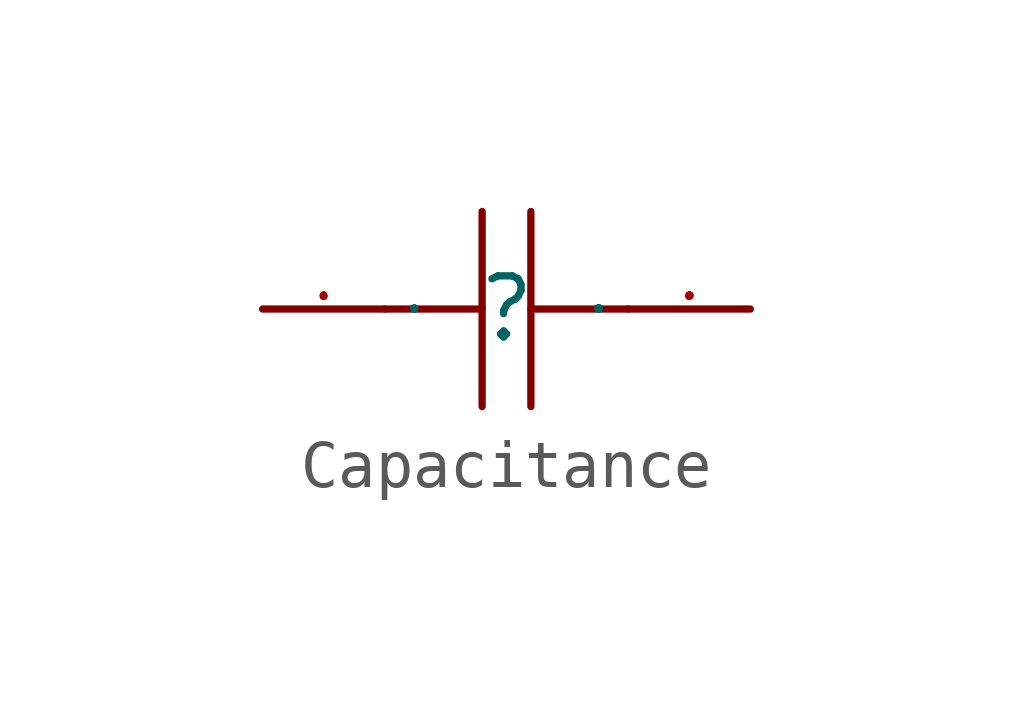
<source format=kicad_sym>
(kicad_symbol_lib
  (version 20241209)
  (generator "kicad_symbol_editor")
  (generator_version "9.0")
  (symbol "Capacitance"
    (property "Reference" ""
      (at 0 0 0)
      (effects (font (size 1.27 1.27))))
    (symbol "Capacitance_1_0"
      (polyline (pts (xy -0.508 0) (xy -2.54 0)) (stroke (width 0) (type default)) (fill (type none)))
      (polyline (pts (xy -0.508 -2.032) (xy -0.508 2.032)) (stroke (width 0) (type default)) (fill (type none)))
      (polyline (pts (xy 0.508 2.032) (xy 0.508 -2.032)) (stroke (width 0) (type default)) (fill (type none)))
      (polyline (pts (xy 2.54 0) (xy 0.508 0)) (stroke (width 0) (type default)) (fill (type none)))
      (pin input line (at -5.08 0 0) (length 2.54) (name "1" (effects (font (size 0.025 0.025)))) (number "1" (effects (font (size 0.025 0.025)))))
      (pin input line (at 5.08 0 180) (length 2.54) (name "2" (effects (font (size 0.025 0.025)))) (number "2" (effects (font (size 0.025 0.025))))))))
</source>
